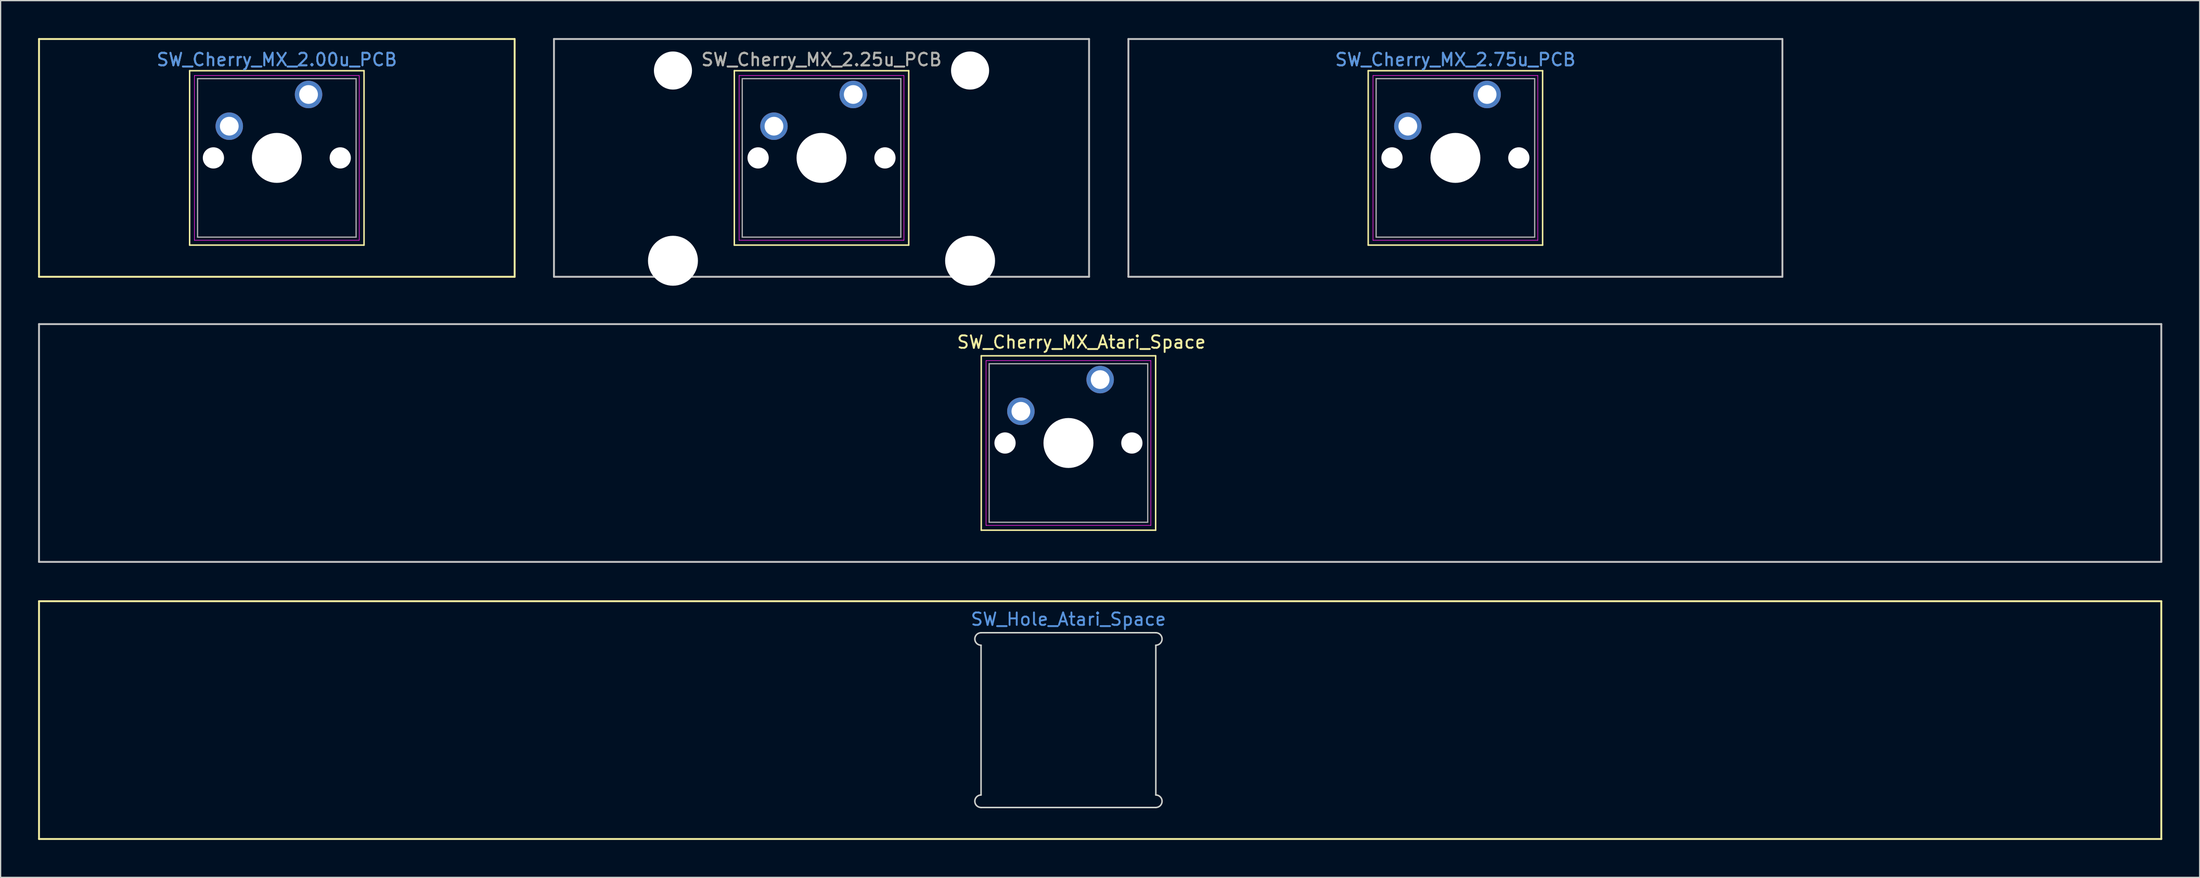
<source format=kicad_pcb>
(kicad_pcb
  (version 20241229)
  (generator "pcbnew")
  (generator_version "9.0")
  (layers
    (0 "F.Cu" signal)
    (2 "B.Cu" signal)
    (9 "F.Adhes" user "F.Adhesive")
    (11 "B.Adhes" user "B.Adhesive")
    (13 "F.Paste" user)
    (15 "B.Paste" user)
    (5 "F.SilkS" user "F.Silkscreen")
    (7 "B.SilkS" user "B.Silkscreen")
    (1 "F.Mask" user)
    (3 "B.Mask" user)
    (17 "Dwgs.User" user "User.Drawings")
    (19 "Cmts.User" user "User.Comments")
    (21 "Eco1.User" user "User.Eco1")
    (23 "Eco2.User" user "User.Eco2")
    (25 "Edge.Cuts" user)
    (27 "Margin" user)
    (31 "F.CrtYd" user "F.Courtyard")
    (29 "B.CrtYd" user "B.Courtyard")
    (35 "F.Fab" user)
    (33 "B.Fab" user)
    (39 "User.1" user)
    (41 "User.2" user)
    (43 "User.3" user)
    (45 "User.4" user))
  (footprint "SW_Cherry_MX_2.00u_PCB"
    (layer "F.Cu")
    (at 19.125 9.6)
    (property "Reference" "SW_Cherry_MX_2.00u_PCB" (at 0 -7.874 0) (layer "Cmts.User") (effects (font (size 1 1) (thickness 0.15))))
    (attr through_hole)
    (fp_line (start -19.05 -9.525) (end 19.05 -9.525) (stroke (width 0.15) (type solid)) (layer "F.SilkS"))
    (fp_line (start -19.05 9.525) (end -19.05 -9.525) (stroke (width 0.15) (type solid)) (layer "F.SilkS"))
    (fp_line (start -6.985 -6.985) (end 6.985 -6.985) (stroke (width 0.12) (type solid)) (layer "F.SilkS"))
    (fp_line (start -6.985 6.985) (end -6.985 -6.985) (stroke (width 0.12) (type solid)) (layer "F.SilkS"))
    (fp_line (start 6.985 -6.985) (end 6.985 6.985) (stroke (width 0.12) (type solid)) (layer "F.SilkS"))
    (fp_line (start 6.985 6.985) (end -6.985 6.985) (stroke (width 0.12) (type solid)) (layer "F.SilkS"))
    (fp_line (start 19.05 -9.525) (end 19.05 9.525) (stroke (width 0.15) (type solid)) (layer "F.SilkS"))
    (fp_line (start 19.05 9.525) (end -19.05 9.525) (stroke (width 0.15) (type solid)) (layer "F.SilkS"))
    (fp_line (start -6.6 -6.6) (end 6.6 -6.6) (stroke (width 0.05) (type solid)) (layer "F.CrtYd"))
    (fp_line (start -6.6 6.6) (end -6.6 -6.6) (stroke (width 0.05) (type solid)) (layer "F.CrtYd"))
    (fp_line (start 6.6 -6.6) (end 6.6 6.6) (stroke (width 0.05) (type solid)) (layer "F.CrtYd"))
    (fp_line (start 6.6 6.6) (end -6.6 6.6) (stroke (width 0.05) (type solid)) (layer "F.CrtYd"))
    (fp_line (start -6.35 -6.35) (end 6.35 -6.35) (stroke (width 0.1) (type solid)) (layer "F.Fab"))
    (fp_line (start -6.35 6.35) (end -6.35 -6.35) (stroke (width 0.1) (type solid)) (layer "F.Fab"))
    (fp_line (start 6.35 -6.35) (end 6.35 6.35) (stroke (width 0.1) (type solid)) (layer "F.Fab"))
    (fp_line (start 6.35 6.35) (end -6.35 6.35) (stroke (width 0.1) (type solid)) (layer "F.Fab"))
    (fp_text user "${REFERENCE}" (at 0 -7.874 0) (layer "F.Fab") (effects (font (size 1 1) (thickness 0.15))))
    (pad "" np_thru_hole circle (at -5.08 0) (size 1.7 1.7) (drill 1.7) (layers "*.Cu" "*.Mask"))
    (pad "" np_thru_hole circle (at 0 0) (size 4 4) (drill 4) (layers "*.Cu" "*.Mask"))
    (pad "" np_thru_hole circle (at 5.08 0) (size 1.7 1.7) (drill 1.7) (layers "*.Cu" "*.Mask"))
    (pad "1" thru_hole circle (at 2.54 -5.08) (size 2.2 2.2) (drill 1.5) (layers "*.Cu" "*.Mask"))
    (pad "2" thru_hole circle (at -3.81 -2.54) (size 2.2 2.2) (drill 1.5) (layers "*.Cu" "*.Mask")))
  (footprint "SW_Cherry_MX_2.75u_PCB"
    (layer "F.Cu")
    (at 113.531 9.6)
    (property "Reference" "SW_Cherry_MX_2.75u_PCB" (at 0 -7.874 0) (layer "Cmts.User") (effects (font (size 1 1) (thickness 0.15))))
    (attr through_hole)
    (fp_line (start -6.985 -6.985) (end 6.985 -6.985) (stroke (width 0.12) (type solid)) (layer "F.SilkS"))
    (fp_line (start -6.985 6.985) (end -6.985 -6.985) (stroke (width 0.12) (type solid)) (layer "F.SilkS"))
    (fp_line (start 6.985 -6.985) (end 6.985 6.985) (stroke (width 0.12) (type solid)) (layer "F.SilkS"))
    (fp_line (start 6.985 6.985) (end -6.985 6.985) (stroke (width 0.12) (type solid)) (layer "F.SilkS"))
    (fp_line (start -26.194 -9.525) (end 26.194 -9.525) (stroke (width 0.15) (type solid)) (layer "Dwgs.User"))
    (fp_line (start -26.194 9.525) (end -26.194 -9.525) (stroke (width 0.15) (type solid)) (layer "Dwgs.User"))
    (fp_line (start 26.194 -9.525) (end 26.194 9.525) (stroke (width 0.15) (type solid)) (layer "Dwgs.User"))
    (fp_line (start 26.194 9.525) (end -26.194 9.525) (stroke (width 0.15) (type solid)) (layer "Dwgs.User"))
    (fp_line (start -6.6 -6.6) (end 6.6 -6.6) (stroke (width 0.05) (type solid)) (layer "F.CrtYd"))
    (fp_line (start -6.6 6.6) (end -6.6 -6.6) (stroke (width 0.05) (type solid)) (layer "F.CrtYd"))
    (fp_line (start 6.6 -6.6) (end 6.6 6.6) (stroke (width 0.05) (type solid)) (layer "F.CrtYd"))
    (fp_line (start 6.6 6.6) (end -6.6 6.6) (stroke (width 0.05) (type solid)) (layer "F.CrtYd"))
    (fp_line (start -6.35 -6.35) (end 6.35 -6.35) (stroke (width 0.1) (type solid)) (layer "F.Fab"))
    (fp_line (start -6.35 6.35) (end -6.35 -6.35) (stroke (width 0.1) (type solid)) (layer "F.Fab"))
    (fp_line (start 6.35 -6.35) (end 6.35 6.35) (stroke (width 0.1) (type solid)) (layer "F.Fab"))
    (fp_line (start 6.35 6.35) (end -6.35 6.35) (stroke (width 0.1) (type solid)) (layer "F.Fab"))
    (fp_text user "${REFERENCE}" (at 0 -7.874 0) (layer "F.Fab") (effects (font (size 1 1) (thickness 0.15))))
    (pad "" np_thru_hole circle (at -5.08 0) (size 1.7 1.7) (drill 1.7) (layers "*.Cu" "*.Mask"))
    (pad "" np_thru_hole circle (at 0 0) (size 4 4) (drill 4) (layers "*.Cu" "*.Mask"))
    (pad "" np_thru_hole circle (at 5.08 0) (size 1.7 1.7) (drill 1.7) (layers "*.Cu" "*.Mask"))
    (pad "1" thru_hole circle (at 2.54 -5.08) (size 2.2 2.2) (drill 1.5) (layers "*.Cu" "*.Mask"))
    (pad "2" thru_hole circle (at -3.81 -2.54) (size 2.2 2.2) (drill 1.5) (layers "*.Cu" "*.Mask")))
  (footprint "SW_Cherry_MX_Atari_Space"
    (layer "F.Cu")
    (at 82.535 32.44)
    (property "Reference" "SW_Cherry_MX_Atari_Space" (at 1.04 -8.08 0) (layer "F.SilkS") (effects (font (size 1 1) (thickness 0.15))))
    (attr through_hole)
    (fp_line (start -6.985 -6.985) (end 6.985 -6.985) (stroke (width 0.12) (type solid)) (layer "F.SilkS"))
    (fp_line (start -6.985 6.985) (end -6.985 -6.985) (stroke (width 0.12) (type solid)) (layer "F.SilkS"))
    (fp_line (start 6.985 -6.985) (end 6.985 6.985) (stroke (width 0.12) (type solid)) (layer "F.SilkS"))
    (fp_line (start 6.985 6.985) (end -6.985 6.985) (stroke (width 0.12) (type solid)) (layer "F.SilkS"))
    (fp_line (start -82.46 -9.525) (end 87.54 -9.525) (stroke (width 0.15) (type solid)) (layer "Dwgs.User"))
    (fp_line (start -82.46 9.525) (end -82.46 -9.525) (stroke (width 0.15) (type solid)) (layer "Dwgs.User"))
    (fp_line (start -82.46 9.525) (end 87.54 9.525) (stroke (width 0.15) (type solid)) (layer "Dwgs.User"))
    (fp_line (start 87.54 -9.525) (end 87.54 9.525) (stroke (width 0.15) (type solid)) (layer "Dwgs.User"))
    (fp_line (start -6.6 -6.6) (end 6.6 -6.6) (stroke (width 0.05) (type solid)) (layer "F.CrtYd"))
    (fp_line (start -6.6 6.6) (end -6.6 -6.6) (stroke (width 0.05) (type solid)) (layer "F.CrtYd"))
    (fp_line (start 6.6 -6.6) (end 6.6 6.6) (stroke (width 0.05) (type solid)) (layer "F.CrtYd"))
    (fp_line (start 6.6 6.6) (end -6.6 6.6) (stroke (width 0.05) (type solid)) (layer "F.CrtYd"))
    (fp_line (start -6.35 -6.35) (end 6.35 -6.35) (stroke (width 0.1) (type solid)) (layer "F.Fab"))
    (fp_line (start -6.35 6.35) (end -6.35 -6.35) (stroke (width 0.1) (type solid)) (layer "F.Fab"))
    (fp_line (start 6.35 -6.35) (end 6.35 6.35) (stroke (width 0.1) (type solid)) (layer "F.Fab"))
    (fp_line (start 6.35 6.35) (end -6.35 6.35) (stroke (width 0.1) (type solid)) (layer "F.Fab"))
    (pad "" np_thru_hole circle (at -5.08 0) (size 1.7 1.7) (drill 1.7) (layers "*.Cu" "*.Mask"))
    (pad "" np_thru_hole circle (at 0 0) (size 4 4) (drill 4) (layers "*.Cu" "*.Mask"))
    (pad "" np_thru_hole circle (at 5.08 0) (size 1.7 1.7) (drill 1.7) (layers "*.Cu" "*.Mask"))
    (pad "1" thru_hole circle (at 2.54 -5.08) (size 2.2 2.2) (drill 1.5) (layers "*.Cu" "*.Mask"))
    (pad "2" thru_hole circle (at -3.81 -2.54) (size 2.2 2.2) (drill 1.5) (layers "*.Cu" "*.Mask")))
  (footprint "SW_Cherry_MX_2.25u_PCB"
    (layer "F.Cu")
    (at 62.756 9.6)
    (property "Reference" "SW_Cherry_MX_2.25u_PCB" (at 0 -7.874 0) (layer "F.SilkS") (effects (font (size 1 1) (thickness 0.15))))
    (attr through_hole)
    (fp_line (start -6.985 -6.985) (end 6.985 -6.985) (stroke (width 0.12) (type solid)) (layer "F.SilkS"))
    (fp_line (start -6.985 6.985) (end -6.985 -6.985) (stroke (width 0.12) (type solid)) (layer "F.SilkS"))
    (fp_line (start 6.985 -6.985) (end 6.985 6.985) (stroke (width 0.12) (type solid)) (layer "F.SilkS"))
    (fp_line (start 6.985 6.985) (end -6.985 6.985) (stroke (width 0.12) (type solid)) (layer "F.SilkS"))
    (fp_line (start -21.431 -9.525) (end 21.431 -9.525) (stroke (width 0.15) (type solid)) (layer "Dwgs.User"))
    (fp_line (start -21.431 9.525) (end -21.431 -9.525) (stroke (width 0.15) (type solid)) (layer "Dwgs.User"))
    (fp_line (start 21.431 -9.525) (end 21.431 9.525) (stroke (width 0.15) (type solid)) (layer "Dwgs.User"))
    (fp_line (start 21.431 9.525) (end -21.431 9.525) (stroke (width 0.15) (type solid)) (layer "Dwgs.User"))
    (fp_line (start -6.6 -6.6) (end 6.6 -6.6) (stroke (width 0.05) (type solid)) (layer "F.CrtYd"))
    (fp_line (start -6.6 6.6) (end -6.6 -6.6) (stroke (width 0.05) (type solid)) (layer "F.CrtYd"))
    (fp_line (start 6.6 -6.6) (end 6.6 6.6) (stroke (width 0.05) (type solid)) (layer "F.CrtYd"))
    (fp_line (start 6.6 6.6) (end -6.6 6.6) (stroke (width 0.05) (type solid)) (layer "F.CrtYd"))
    (fp_line (start -6.35 -6.35) (end 6.35 -6.35) (stroke (width 0.1) (type solid)) (layer "F.Fab"))
    (fp_line (start -6.35 6.35) (end -6.35 -6.35) (stroke (width 0.1) (type solid)) (layer "F.Fab"))
    (fp_line (start 6.35 -6.35) (end 6.35 6.35) (stroke (width 0.1) (type solid)) (layer "F.Fab"))
    (fp_line (start 6.35 6.35) (end -6.35 6.35) (stroke (width 0.1) (type solid)) (layer "F.Fab"))
    (fp_text user "${REFERENCE}" (at 0 -7.874 0) (layer "F.Fab") (effects (font (size 1 1) (thickness 0.15))))
    (pad "" np_thru_hole circle (at -11.9 -7) (size 3.05 3.05) (drill 3.05) (layers "*.Cu" "*.Mask"))
    (pad "" np_thru_hole circle (at -11.9 8.24) (size 4 4) (drill 4) (layers "*.Cu" "*.Mask"))
    (pad "" np_thru_hole circle (at -5.08 0) (size 1.7 1.7) (drill 1.7) (layers "*.Cu" "*.Mask"))
    (pad "" np_thru_hole circle (at 0 0) (size 4 4) (drill 4) (layers "*.Cu" "*.Mask"))
    (pad "" np_thru_hole circle (at 5.08 0) (size 1.7 1.7) (drill 1.7) (layers "*.Cu" "*.Mask"))
    (pad "" np_thru_hole circle (at 11.9 -7) (size 3.05 3.05) (drill 3.05) (layers "*.Cu" "*.Mask"))
    (pad "" np_thru_hole circle (at 11.9 8.24) (size 4 4) (drill 4) (layers "*.Cu" "*.Mask"))
    (pad "1" thru_hole circle (at 2.54 -5.08) (size 2.2 2.2) (drill 1.5) (layers "*.Cu" "*.Mask"))
    (pad "2" thru_hole circle (at -3.81 -2.54) (size 2.2 2.2) (drill 1.5) (layers "*.Cu" "*.Mask")))
  (footprint "SW_Hole_Atari_Space"
    (layer "F.Cu")
    (at 82.535 54.64)
    (property "Reference" "SW_Hole_Atari_Space" (at 0 -8.08 0) (layer "Cmts.User") (effects (font (size 1 1) (thickness 0.15))))
    (attr through_hole)
    (fp_line (start -82.46 -9.525) (end 87.54 -9.525) (stroke (width 0.15) (type solid)) (layer "F.SilkS"))
    (fp_line (start -82.46 9.525) (end -82.46 -9.525) (stroke (width 0.15) (type solid)) (layer "F.SilkS"))
    (fp_line (start -82.46 9.525) (end 87.54 9.525) (stroke (width 0.15) (type solid)) (layer "F.SilkS"))
    (fp_line (start 87.54 -9.525) (end 87.54 9.525) (stroke (width 0.15) (type solid)) (layer "F.SilkS"))
    (fp_line (start -7 -7) (end 7 -7) (stroke (width 0.12) (type solid)) (layer "Edge.Cuts"))
    (fp_line (start -7 -6) (end -7 6) (stroke (width 0.12) (type solid)) (layer "Edge.Cuts"))
    (fp_line (start -7 7) (end 7 7) (stroke (width 0.12) (type solid)) (layer "Edge.Cuts"))
    (fp_line (start 7 -6) (end 7 6) (stroke (width 0.12) (type solid)) (layer "Edge.Cuts"))
    (fp_arc (start -7 -6) (mid -7.5 -6.5) (end -7 -7) (stroke (width 0.12) (type solid)) (layer "Edge.Cuts"))
    (fp_arc (start -7 7) (mid -7.5 6.5) (end -7 6) (stroke (width 0.12) (type solid)) (layer "Edge.Cuts"))
    (fp_arc (start 7 -7) (mid 7.5 -6.5) (end 7 -6) (stroke (width 0.12) (type solid)) (layer "Edge.Cuts"))
    (fp_arc (start 7 6) (mid 7.5 6.5) (end 7 7) (stroke (width 0.12) (type solid)) (layer "Edge.Cuts")))
  (gr_rect
    (start -3 -3)
    (end 173.15 67.24)
    (stroke (width 0.1) (type default))
    (fill no)
    (layer "Edge.Cuts")))
</source>
